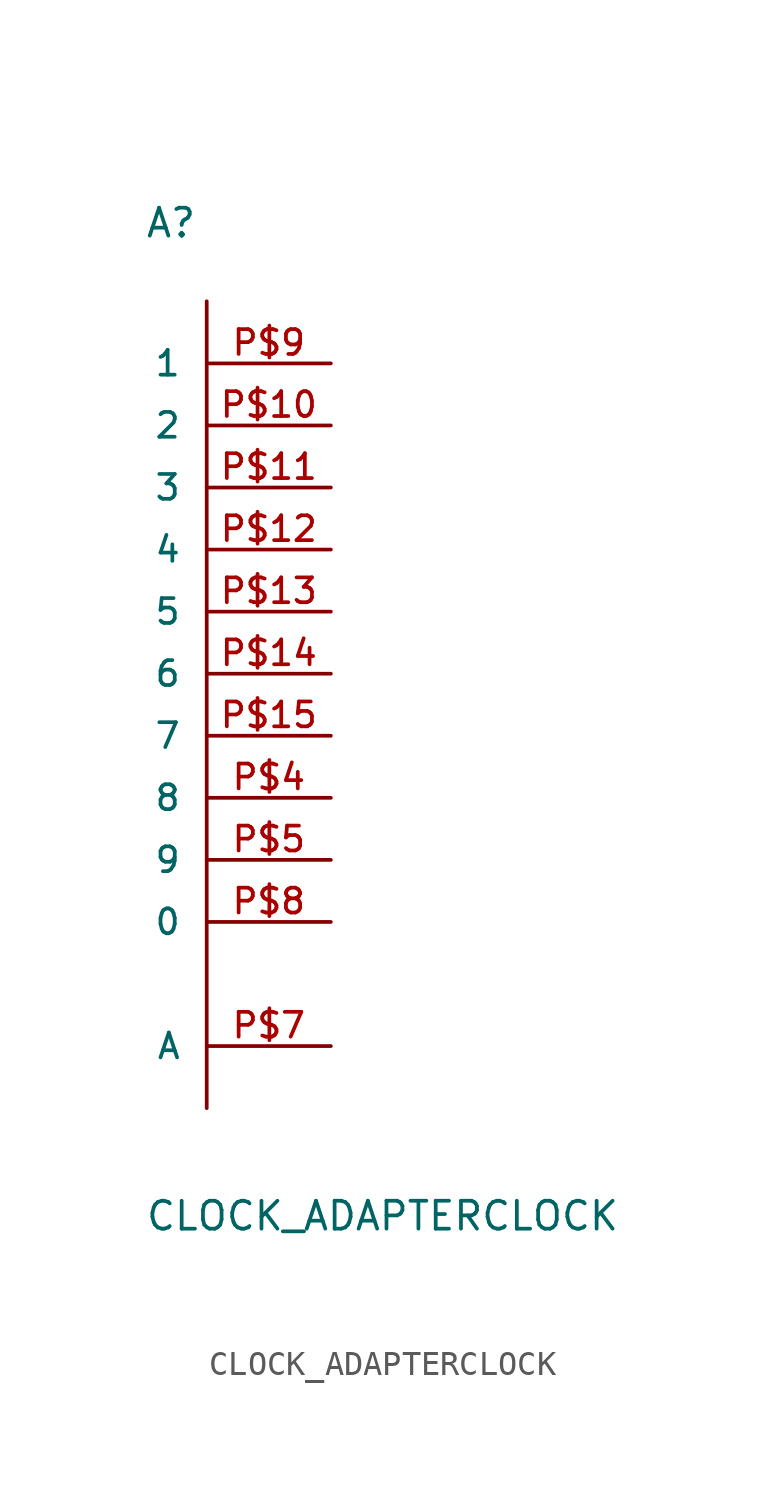
<source format=kicad_sym>
(kicad_symbol_lib
  (version 20211014)
  (generator kicad_symbol_editor)
  (symbol "CLOCK_ADAPTERCLOCK"
    (pin_names
      (offset 1.016))
    (property "Reference" "A"
      (at -2.54 17.78 0)
      (effects (font (size 1.143 1.143)) (justify left bottom)))
    (property "Value" "CLOCK_ADAPTERCLOCK"
      (at -2.54 -22.86 0)
      (effects (font (size 1.143 1.143)) (justify left bottom)))
    (property "ki_locked" ""
      (at 0 0 0)
      (effects (font (size 1.27 1.27))))
    (symbol "CLOCK_ADAPTERCLOCK_1_0"
      (polyline (pts (xy 0 15.24) (xy 0 -17.78)) (stroke (width 0) (type default) (color 0 0 0 0)) (fill (type none))))
    (symbol "CLOCK_ADAPTERCLOCK_1_1"
      (pin passive line (at 5.08 10.16 180) (length 5.08) (name "2" (effects (font (size 1.016 1.016)))) (number "P$10" (effects (font (size 1.016 1.016)))))
      (pin passive line (at 5.08 7.62 180) (length 5.08) (name "3" (effects (font (size 1.016 1.016)))) (number "P$11" (effects (font (size 1.016 1.016)))))
      (pin passive line (at 5.08 5.08 180) (length 5.08) (name "4" (effects (font (size 1.016 1.016)))) (number "P$12" (effects (font (size 1.016 1.016)))))
      (pin passive line (at 5.08 2.54 180) (length 5.08) (name "5" (effects (font (size 1.016 1.016)))) (number "P$13" (effects (font (size 1.016 1.016)))))
      (pin passive line (at 5.08 0 180) (length 5.08) (name "6" (effects (font (size 1.016 1.016)))) (number "P$14" (effects (font (size 1.016 1.016)))))
      (pin passive line (at 5.08 -2.54 180) (length 5.08) (name "7" (effects (font (size 1.016 1.016)))) (number "P$15" (effects (font (size 1.016 1.016)))))
      (pin passive line (at 5.08 -5.08 180) (length 5.08) (name "8" (effects (font (size 1.016 1.016)))) (number "P$4" (effects (font (size 1.016 1.016)))))
      (pin passive line (at 5.08 -7.62 180) (length 5.08) (name "9" (effects (font (size 1.016 1.016)))) (number "P$5" (effects (font (size 1.016 1.016)))))
      (pin passive line (at 5.08 -15.24 180) (length 5.08) (name "A" (effects (font (size 1.016 1.016)))) (number "P$7" (effects (font (size 1.016 1.016)))))
      (pin passive line (at 5.08 -10.16 180) (length 5.08) (name "0" (effects (font (size 1.016 1.016)))) (number "P$8" (effects (font (size 1.016 1.016)))))
      (pin passive line (at 5.08 12.7 180) (length 5.08) (name "1" (effects (font (size 1.016 1.016)))) (number "P$9" (effects (font (size 1.016 1.016))))))))
</source>
